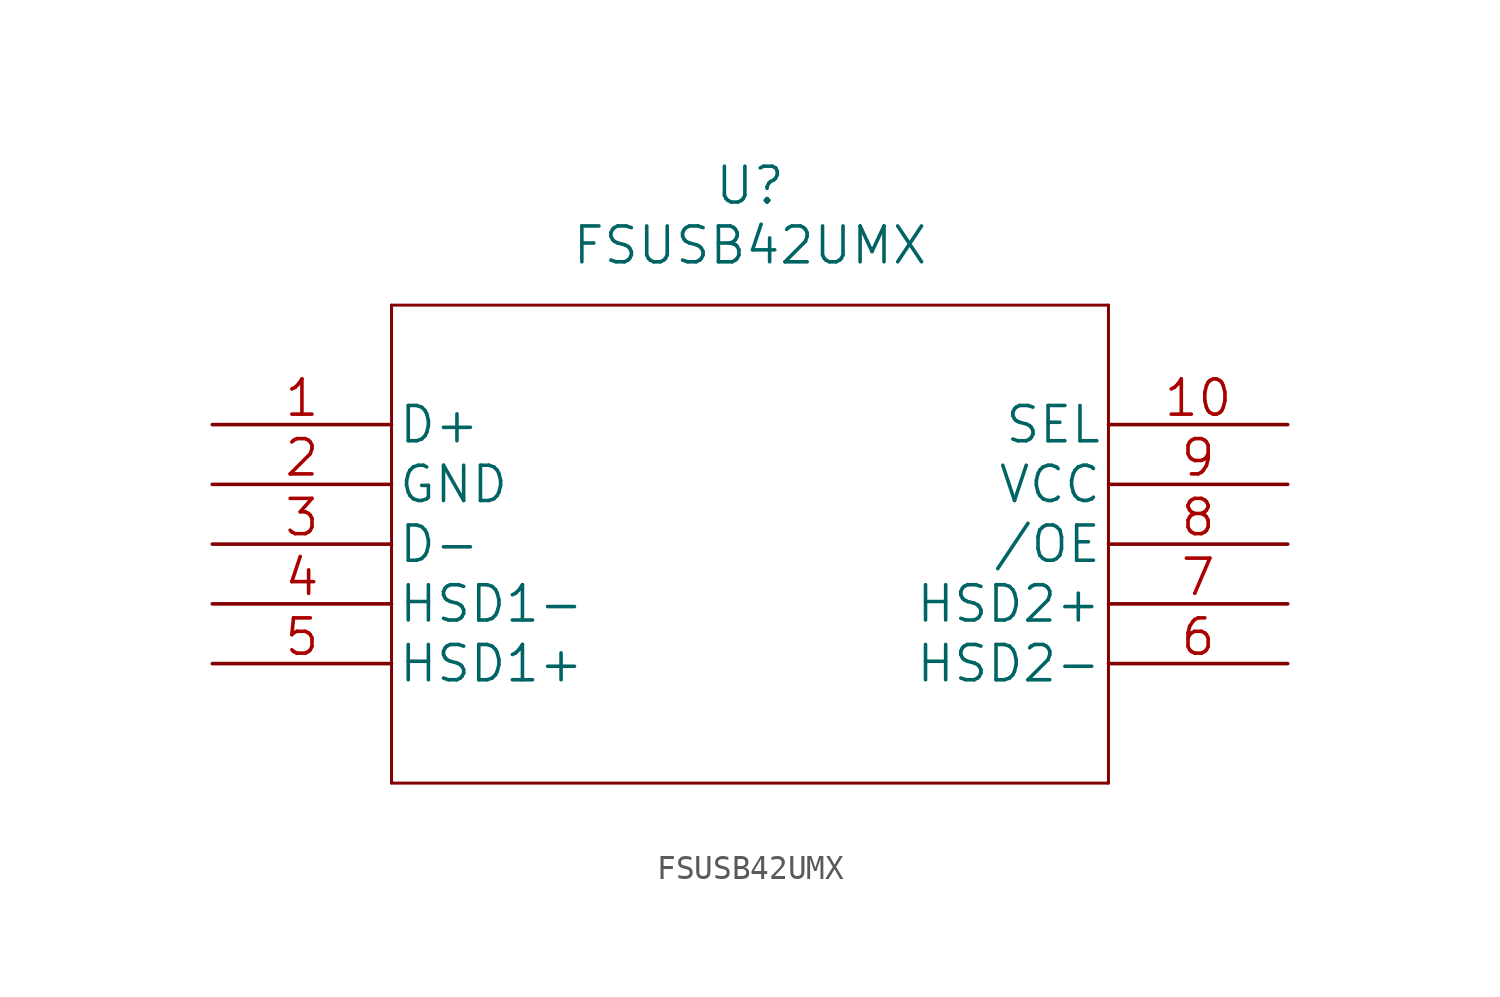
<source format=kicad_sym>
(kicad_symbol_lib
  (version 20220914)
  (generator kicad_symbol_editor)
  (symbol "FSUSB42UMX"
    (pin_names
      (offset 0.254))
    (property "Reference" "U"
      (at 22.86 10.16 0)
      (effects (font (size 1.524 1.524))))
    (property "Value" "FSUSB42UMX"
      (at 22.86 7.62 0)
      (effects (font (size 1.524 1.524))))
    (property "Datasheet" ""
      (at 0 0 0)
      (effects (font (size 1.524 1.524))))
    (property "ki_locked" ""
      (at 0 0 0)
      (effects (font (size 1.27 1.27))))
    (symbol "FSUSB42UMX_1_1"
      (polyline (pts (xy 7.62 -15.24) (xy 38.1 -15.24)) (stroke (width 0.127) (type solid)) (fill (type none)))
      (polyline (pts (xy 7.62 5.08) (xy 7.62 -15.24)) (stroke (width 0.127) (type solid)) (fill (type none)))
      (polyline (pts (xy 38.1 -15.24) (xy 38.1 5.08)) (stroke (width 0.127) (type solid)) (fill (type none)))
      (polyline (pts (xy 38.1 5.08) (xy 7.62 5.08)) (stroke (width 0.127) (type solid)) (fill (type none)))
      (pin unspecified line (at 0 0 0) (length 7.62) (name "D+" (effects (font (size 1.499 1.499)))) (number "1" (effects (font (size 1.499 1.499)))))
      (pin unspecified line (at 45.72 0 180) (length 7.62) (name "SEL" (effects (font (size 1.499 1.499)))) (number "10" (effects (font (size 1.499 1.499)))))
      (pin power_in line (at 0 -2.54 0) (length 7.62) (name "GND" (effects (font (size 1.499 1.499)))) (number "2" (effects (font (size 1.499 1.499)))))
      (pin unspecified line (at 0 -5.08 0) (length 7.62) (name "D-" (effects (font (size 1.499 1.499)))) (number "3" (effects (font (size 1.499 1.499)))))
      (pin bidirectional line (at 0 -7.62 0) (length 7.62) (name "HSD1-" (effects (font (size 1.499 1.499)))) (number "4" (effects (font (size 1.499 1.499)))))
      (pin bidirectional line (at 0 -10.16 0) (length 7.62) (name "HSD1+" (effects (font (size 1.499 1.499)))) (number "5" (effects (font (size 1.499 1.499)))))
      (pin bidirectional line (at 45.72 -10.16 180) (length 7.62) (name "HSD2-" (effects (font (size 1.499 1.499)))) (number "6" (effects (font (size 1.499 1.499)))))
      (pin bidirectional line (at 45.72 -7.62 180) (length 7.62) (name "HSD2+" (effects (font (size 1.499 1.499)))) (number "7" (effects (font (size 1.499 1.499)))))
      (pin unspecified line (at 45.72 -5.08 180) (length 7.62) (name "/OE" (effects (font (size 1.499 1.499)))) (number "8" (effects (font (size 1.499 1.499)))))
      (pin power_in line (at 45.72 -2.54 180) (length 7.62) (name "VCC" (effects (font (size 1.499 1.499)))) (number "9" (effects (font (size 1.499 1.499))))))))
</source>
